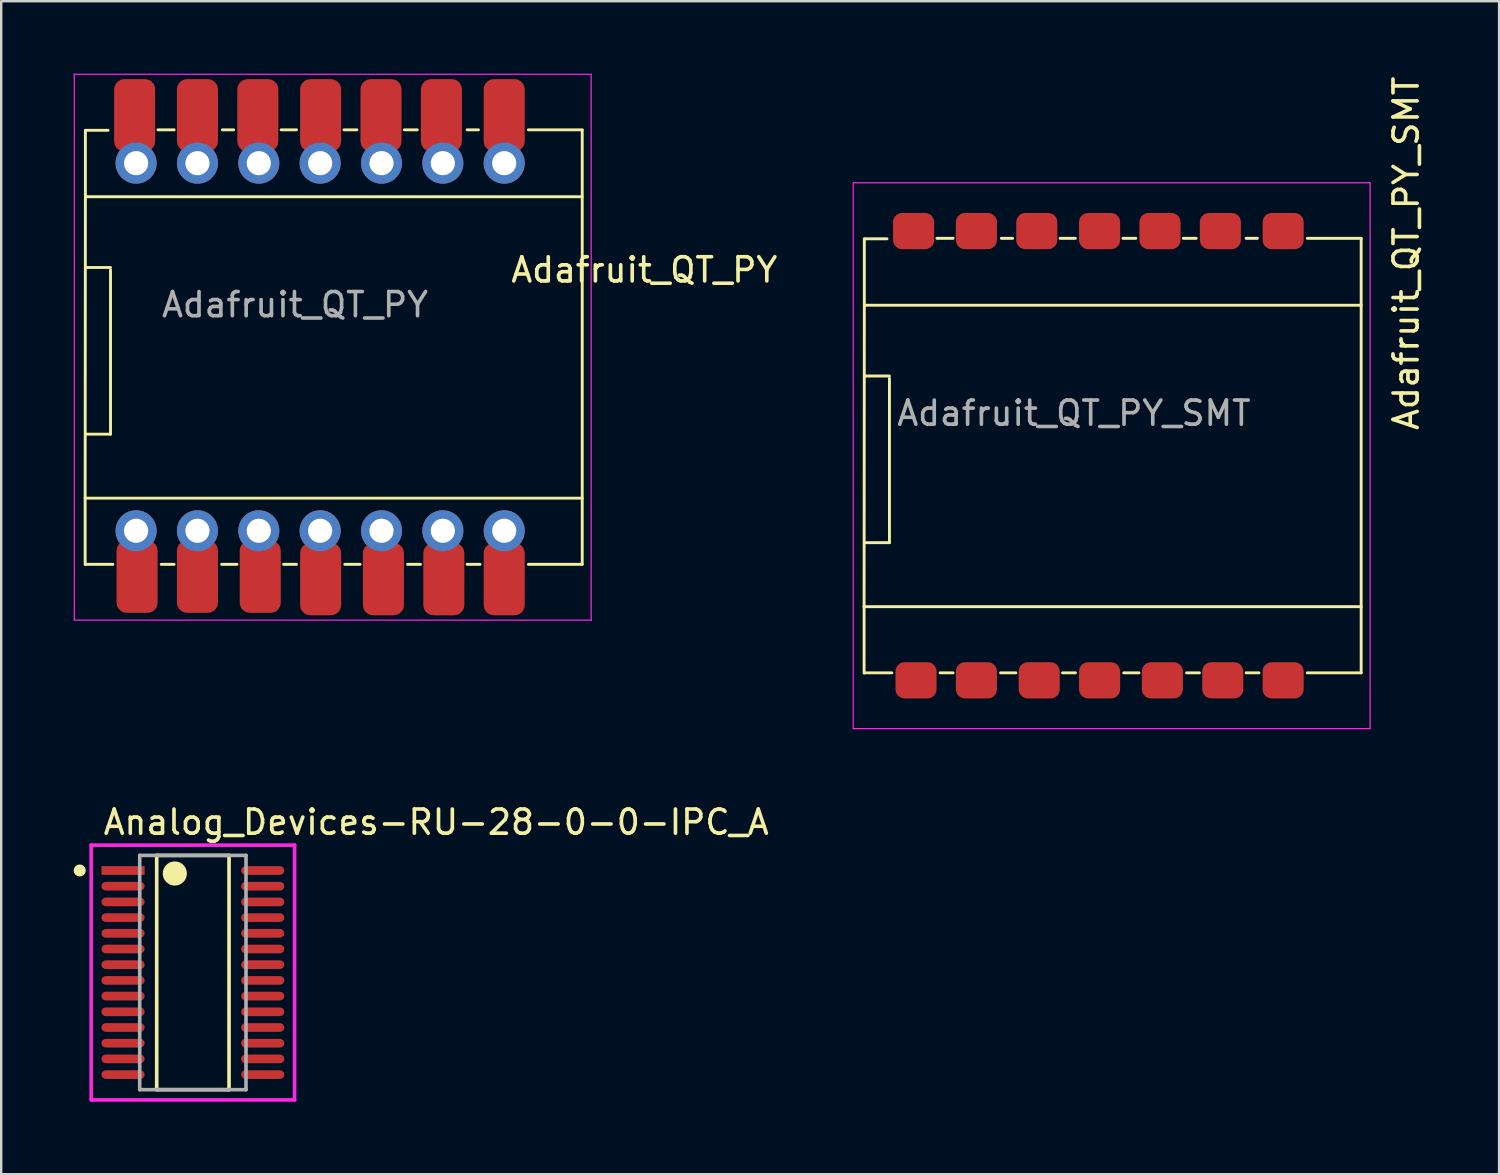
<source format=kicad_pcb>
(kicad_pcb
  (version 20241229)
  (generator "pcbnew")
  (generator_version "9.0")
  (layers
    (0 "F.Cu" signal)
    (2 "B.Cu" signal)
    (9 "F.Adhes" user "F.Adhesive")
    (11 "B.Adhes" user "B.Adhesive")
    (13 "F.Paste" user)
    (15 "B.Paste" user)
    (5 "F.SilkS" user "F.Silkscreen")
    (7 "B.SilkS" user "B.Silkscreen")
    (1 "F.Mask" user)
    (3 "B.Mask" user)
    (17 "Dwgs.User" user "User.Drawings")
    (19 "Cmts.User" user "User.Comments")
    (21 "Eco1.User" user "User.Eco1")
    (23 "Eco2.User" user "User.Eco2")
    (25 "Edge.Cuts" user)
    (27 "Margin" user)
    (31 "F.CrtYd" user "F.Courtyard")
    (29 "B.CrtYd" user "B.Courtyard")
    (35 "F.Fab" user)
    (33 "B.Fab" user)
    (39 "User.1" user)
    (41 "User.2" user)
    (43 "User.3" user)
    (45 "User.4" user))
  (footprint "Adafruit_QT_PY_SMT"
    (layer "F.Cu")
    (at 45.375 13.417)
    (property "Reference" "Adafruit_QT_PY_SMT" (at 9.792 -5.982 90) (layer "F.SilkS") (effects (font (size 1 1) (thickness 0.15))))
    (attr through_hole)
    (fp_line (start -12.65 8.64) (end -12.65 11.4) (stroke (width 0.12) (type solid)) (layer "F.SilkS"))
    (fp_line (start -12.64 -6.57) (end -12.64 -3.87) (stroke (width 0.12) (type solid)) (layer "F.SilkS"))
    (fp_line (start -12.64 -3.83) (end 7.93 -3.83) (stroke (width 0.12) (type solid)) (layer "F.SilkS"))
    (fp_line (start -12.64 -3.82) (end -12.65 8.62) (stroke (width 0.12) (type solid)) (layer "F.SilkS"))
    (fp_line (start -12.6 -0.9) (end -11.6 -0.9) (stroke (width 0.12) (type solid)) (layer "F.SilkS"))
    (fp_line (start -12.6 6) (end -11.6 6) (stroke (width 0.12) (type solid)) (layer "F.SilkS"))
    (fp_line (start -11.7 -6.58) (end -12.64 -6.58) (stroke (width 0.12) (type solid)) (layer "F.SilkS"))
    (fp_line (start -11.6 6) (end -11.6 -0.8) (stroke (width 0.12) (type solid)) (layer "F.SilkS"))
    (fp_line (start -11.5 11.39) (end -12.6 11.39) (stroke (width 0.12) (type solid)) (layer "F.SilkS"))
    (fp_line (start -8.966 11.39) (end -9.5 11.39) (stroke (width 0.12) (type solid)) (layer "F.SilkS"))
    (fp_line (start -8.965 -6.6) (end -9.635 -6.6) (stroke (width 0.12) (type solid)) (layer "F.SilkS"))
    (fp_line (start -6.5 -6.6) (end -6.968 -6.6) (stroke (width 0.12) (type solid)) (layer "F.SilkS"))
    (fp_line (start -6.366 11.39) (end -7 11.39) (stroke (width 0.12) (type solid)) (layer "F.SilkS"))
    (fp_line (start -3.9 -6.6) (end -4.535 -6.6) (stroke (width 0.12) (type solid)) (layer "F.SilkS"))
    (fp_line (start -3.9 11.39) (end -4.434 11.39) (stroke (width 0.12) (type solid)) (layer "F.SilkS"))
    (fp_line (start -1.4 -6.6) (end -1.934 -6.6) (stroke (width 0.12) (type solid)) (layer "F.SilkS"))
    (fp_line (start -1.266 11.39) (end -1.9 11.39) (stroke (width 0.12) (type solid)) (layer "F.SilkS"))
    (fp_line (start 1.1 -6.6) (end 0.566 -6.6) (stroke (width 0.12) (type solid)) (layer "F.SilkS"))
    (fp_line (start 1.234 11.39) (end 0.7 11.39) (stroke (width 0.12) (type solid)) (layer "F.SilkS"))
    (fp_line (start 3.634 -6.6) (end 3.166 -6.6) (stroke (width 0.12) (type solid)) (layer "F.SilkS"))
    (fp_line (start 3.7 11.39) (end 3.166 11.39) (stroke (width 0.12) (type solid)) (layer "F.SilkS"))
    (fp_line (start 5.7 11.39) (end 7.93 11.39) (stroke (width 0.12) (type solid)) (layer "F.SilkS"))
    (fp_line (start 7.93 8.65) (end -12.65 8.65) (stroke (width 0.12) (type solid)) (layer "F.SilkS"))
    (fp_line (start 7.93 11.39) (end 7.93 -6.58) (stroke (width 0.12) (type solid)) (layer "F.SilkS"))
    (fp_line (start 7.934 -6.6) (end 5.7 -6.6) (stroke (width 0.12) (type solid)) (layer "F.SilkS"))
    (fp_line (start -13.1 -8.9) (end -13.1 13.7) (stroke (width 0.05) (type solid)) (layer "F.CrtYd"))
    (fp_line (start -13.1 13.7) (end 8.3 13.7) (stroke (width 0.05) (type solid)) (layer "F.CrtYd"))
    (fp_line (start 8.3 -8.9) (end -13.1 -8.9) (stroke (width 0.05) (type solid)) (layer "F.CrtYd"))
    (fp_line (start 8.3 13.7) (end 8.3 -8.9) (stroke (width 0.05) (type solid)) (layer "F.CrtYd"))
    (fp_text user "${REFERENCE}" (at -3.96 0.64 180) (layer "F.Fab") (effects (font (size 1 1) (thickness 0.15))))
    (pad "1" smd roundrect (at -10.6 -6.9 180) (size 1.7 1.5) (layers "F.Cu" "F.Mask" "F.Paste") (roundrect_rratio 0.25))
    (pad "2" smd roundrect (at -8 -6.9 180) (size 1.7 1.5) (layers "F.Cu" "F.Mask" "F.Paste") (roundrect_rratio 0.25))
    (pad "3" smd roundrect (at -5.5 -6.9 180) (size 1.7 1.5) (layers "F.Cu" "F.Mask" "F.Paste") (roundrect_rratio 0.25))
    (pad "4" smd roundrect (at -2.9 -6.9 180) (size 1.7 1.5) (layers "F.Cu" "F.Mask" "F.Paste") (roundrect_rratio 0.25))
    (pad "5" smd roundrect (at -0.4 -6.9 180) (size 1.7 1.5) (layers "F.Cu" "F.Mask" "F.Paste") (roundrect_rratio 0.25))
    (pad "6" smd roundrect (at 2.1 -6.9 180) (size 1.7 1.5) (layers "F.Cu" "F.Mask" "F.Paste") (roundrect_rratio 0.25))
    (pad "7" smd roundrect (at 4.7 -6.9 180) (size 1.7 1.5) (layers "F.Cu" "F.Mask" "F.Paste") (roundrect_rratio 0.25))
    (pad "8" smd roundrect (at 4.7 11.7 180) (size 1.7 1.5) (layers "F.Cu" "F.Mask" "F.Paste") (roundrect_rratio 0.25))
    (pad "9" smd roundrect (at 2.2 11.7 180) (size 1.7 1.5) (layers "F.Cu" "F.Mask" "F.Paste") (roundrect_rratio 0.25))
    (pad "10" smd roundrect (at -0.3 11.7 180) (size 1.7 1.5) (layers "F.Cu" "F.Mask" "F.Paste") (roundrect_rratio 0.25))
    (pad "11" smd roundrect (at -2.9 11.7 180) (size 1.7 1.5) (layers "F.Cu" "F.Mask" "F.Paste") (roundrect_rratio 0.25))
    (pad "12" smd roundrect (at -5.4 11.7 180) (size 1.7 1.5) (layers "F.Cu" "F.Mask" "F.Paste") (roundrect_rratio 0.25))
    (pad "13" smd roundrect (at -8 11.7 180) (size 1.7 1.5) (layers "F.Cu" "F.Mask" "F.Paste") (roundrect_rratio 0.25))
    (pad "14" smd roundrect (at -10.5 11.7 180) (size 1.7 1.5) (layers "F.Cu" "F.Mask" "F.Paste") (roundrect_rratio 0.25)))
  (footprint "Analog_Devices-RU-28-0-0-IPC_A"
    (layer "F.Cu")
    (at 4.935 37.215)
    (property "Reference" "Analog_Devices-RU-28-0-0-IPC_A" (at -3.785 -6.225 0) (layer "F.SilkS") (effects (font (size 1 1) (thickness 0.15)) (justify left)))
    (attr through_hole)
    (fp_line (start -1.497 -4.85) (end 1.497 -4.85) (stroke (width 0.15) (type solid)) (layer "F.SilkS"))
    (fp_line (start -1.497 4.85) (end -1.497 -4.85) (stroke (width 0.15) (type solid)) (layer "F.SilkS"))
    (fp_line (start 1.497 -4.85) (end 1.497 4.85) (stroke (width 0.15) (type solid)) (layer "F.SilkS"))
    (fp_line (start 1.497 4.85) (end -1.497 4.85) (stroke (width 0.15) (type solid)) (layer "F.SilkS"))
    (fp_circle (center -4.685 -4.225) (end -4.56 -4.225) (stroke (width 0.25) (type solid)) (fill no) (layer "F.SilkS"))
    (fp_circle (center -0.747 -4.1) (end -0.497 -4.1) (stroke (width 0.5) (type solid)) (fill no) (layer "F.SilkS"))
    (fp_line (start -4.21 -5.275) (end -4.21 5.275) (stroke (width 0.15) (type solid)) (layer "F.CrtYd"))
    (fp_line (start -4.21 5.275) (end 4.21 5.275) (stroke (width 0.15) (type solid)) (layer "F.CrtYd"))
    (fp_line (start 4.21 -5.275) (end -4.21 -5.275) (stroke (width 0.15) (type solid)) (layer "F.CrtYd"))
    (fp_line (start 4.21 -5.275) (end 4.21 -5.275) (stroke (width 0.15) (type solid)) (layer "F.CrtYd"))
    (fp_line (start 4.21 5.275) (end 4.21 -5.275) (stroke (width 0.15) (type solid)) (layer "F.CrtYd"))
    (fp_line (start -2.2 -4.85) (end 2.2 -4.85) (stroke (width 0.15) (type solid)) (layer "F.Fab"))
    (fp_line (start -2.2 4.85) (end -2.2 -4.85) (stroke (width 0.15) (type solid)) (layer "F.Fab"))
    (fp_line (start 2.2 -4.85) (end 2.2 4.85) (stroke (width 0.15) (type solid)) (layer "F.Fab"))
    (fp_line (start 2.2 4.85) (end -2.2 4.85) (stroke (width 0.15) (type solid)) (layer "F.Fab"))
    (pad "1" smd rect (at -2.891 -4.225) (size 1.788 0.36) (layers "F.Cu" "F.Mask" "F.Paste"))
    (pad "2" smd roundrect (at -2.891 -3.575) (size 1.788 0.36) (layers "F.Cu" "F.Mask" "F.Paste") (roundrect_rratio 0.5))
    (pad "3" smd roundrect (at -2.891 -2.925) (size 1.788 0.36) (layers "F.Cu" "F.Mask" "F.Paste") (roundrect_rratio 0.5))
    (pad "4" smd roundrect (at -2.891 -2.275) (size 1.788 0.36) (layers "F.Cu" "F.Mask" "F.Paste") (roundrect_rratio 0.5))
    (pad "5" smd roundrect (at -2.891 -1.625) (size 1.788 0.36) (layers "F.Cu" "F.Mask" "F.Paste") (roundrect_rratio 0.5))
    (pad "6" smd roundrect (at -2.891 -0.975) (size 1.788 0.36) (layers "F.Cu" "F.Mask" "F.Paste") (roundrect_rratio 0.5))
    (pad "7" smd roundrect (at -2.891 -0.325) (size 1.788 0.36) (layers "F.Cu" "F.Mask" "F.Paste") (roundrect_rratio 0.5))
    (pad "8" smd roundrect (at -2.891 0.325) (size 1.788 0.36) (layers "F.Cu" "F.Mask" "F.Paste") (roundrect_rratio 0.5))
    (pad "9" smd roundrect (at -2.891 0.975) (size 1.788 0.36) (layers "F.Cu" "F.Mask" "F.Paste") (roundrect_rratio 0.5))
    (pad "10" smd roundrect (at -2.891 1.625) (size 1.788 0.36) (layers "F.Cu" "F.Mask" "F.Paste") (roundrect_rratio 0.5))
    (pad "11" smd roundrect (at -2.891 2.275) (size 1.788 0.36) (layers "F.Cu" "F.Mask" "F.Paste") (roundrect_rratio 0.5))
    (pad "12" smd roundrect (at -2.891 2.925) (size 1.788 0.36) (layers "F.Cu" "F.Mask" "F.Paste") (roundrect_rratio 0.5))
    (pad "13" smd roundrect (at -2.891 3.575) (size 1.788 0.36) (layers "F.Cu" "F.Mask" "F.Paste") (roundrect_rratio 0.5))
    (pad "14" smd roundrect (at -2.891 4.225) (size 1.788 0.36) (layers "F.Cu" "F.Mask" "F.Paste") (roundrect_rratio 0.5))
    (pad "15" smd roundrect (at 2.891 4.225) (size 1.788 0.36) (layers "F.Cu" "F.Mask" "F.Paste") (roundrect_rratio 0.5))
    (pad "16" smd roundrect (at 2.891 3.575) (size 1.788 0.36) (layers "F.Cu" "F.Mask" "F.Paste") (roundrect_rratio 0.5))
    (pad "17" smd roundrect (at 2.891 2.925) (size 1.788 0.36) (layers "F.Cu" "F.Mask" "F.Paste") (roundrect_rratio 0.5))
    (pad "18" smd roundrect (at 2.891 2.275) (size 1.788 0.36) (layers "F.Cu" "F.Mask" "F.Paste") (roundrect_rratio 0.5))
    (pad "19" smd roundrect (at 2.891 1.625) (size 1.788 0.36) (layers "F.Cu" "F.Mask" "F.Paste") (roundrect_rratio 0.5))
    (pad "20" smd roundrect (at 2.891 0.975) (size 1.788 0.36) (layers "F.Cu" "F.Mask" "F.Paste") (roundrect_rratio 0.5))
    (pad "21" smd roundrect (at 2.891 0.325) (size 1.788 0.36) (layers "F.Cu" "F.Mask" "F.Paste") (roundrect_rratio 0.5))
    (pad "22" smd roundrect (at 2.891 -0.325) (size 1.788 0.36) (layers "F.Cu" "F.Mask" "F.Paste") (roundrect_rratio 0.5))
    (pad "23" smd roundrect (at 2.891 -0.975) (size 1.788 0.36) (layers "F.Cu" "F.Mask" "F.Paste") (roundrect_rratio 0.5))
    (pad "24" smd roundrect (at 2.891 -1.625) (size 1.788 0.36) (layers "F.Cu" "F.Mask" "F.Paste") (roundrect_rratio 0.5))
    (pad "25" smd roundrect (at 2.891 -2.275) (size 1.788 0.36) (layers "F.Cu" "F.Mask" "F.Paste") (roundrect_rratio 0.5))
    (pad "26" smd roundrect (at 2.891 -2.925) (size 1.788 0.36) (layers "F.Cu" "F.Mask" "F.Paste") (roundrect_rratio 0.5))
    (pad "27" smd roundrect (at 2.891 -3.575) (size 1.788 0.36) (layers "F.Cu" "F.Mask" "F.Paste") (roundrect_rratio 0.5))
    (pad "28" smd roundrect (at 2.891 -4.225) (size 1.788 0.36) (layers "F.Cu" "F.Mask" "F.Paste") (roundrect_rratio 0.5)))
  (footprint "Adafruit_QT_PY"
    (layer "F.Cu")
    (at 13.125 8.925)
    (property "Reference" "Adafruit_QT_PY" (at 10.5 -0.8 0) (layer "F.SilkS") (effects (font (size 1 1) (thickness 0.15))))
    (attr through_hole)
    (fp_line (start -12.65 8.64) (end -12.65 11.4) (stroke (width 0.12) (type solid)) (layer "F.SilkS"))
    (fp_line (start -12.64 -6.57) (end -12.64 -3.87) (stroke (width 0.12) (type solid)) (layer "F.SilkS"))
    (fp_line (start -12.64 -3.83) (end 7.93 -3.83) (stroke (width 0.12) (type solid)) (layer "F.SilkS"))
    (fp_line (start -12.64 -3.82) (end -12.65 8.62) (stroke (width 0.12) (type solid)) (layer "F.SilkS"))
    (fp_line (start -12.6 -0.9) (end -11.6 -0.9) (stroke (width 0.12) (type solid)) (layer "F.SilkS"))
    (fp_line (start -12.6 6) (end -11.6 6) (stroke (width 0.12) (type solid)) (layer "F.SilkS"))
    (fp_line (start -11.7 -6.58) (end -12.64 -6.58) (stroke (width 0.12) (type solid)) (layer "F.SilkS"))
    (fp_line (start -11.6 6) (end -11.6 -0.8) (stroke (width 0.12) (type solid)) (layer "F.SilkS"))
    (fp_line (start -11.5 11.39) (end -12.6 11.39) (stroke (width 0.12) (type solid)) (layer "F.SilkS"))
    (fp_line (start -8.966 11.39) (end -9.5 11.39) (stroke (width 0.12) (type solid)) (layer "F.SilkS"))
    (fp_line (start -8.965 -6.6) (end -9.635 -6.6) (stroke (width 0.12) (type solid)) (layer "F.SilkS"))
    (fp_line (start -6.5 -6.6) (end -6.968 -6.6) (stroke (width 0.12) (type solid)) (layer "F.SilkS"))
    (fp_line (start -6.366 11.39) (end -7 11.39) (stroke (width 0.12) (type solid)) (layer "F.SilkS"))
    (fp_line (start -3.9 -6.6) (end -4.535 -6.6) (stroke (width 0.12) (type solid)) (layer "F.SilkS"))
    (fp_line (start -3.9 11.39) (end -4.434 11.39) (stroke (width 0.12) (type solid)) (layer "F.SilkS"))
    (fp_line (start -1.4 -6.6) (end -1.934 -6.6) (stroke (width 0.12) (type solid)) (layer "F.SilkS"))
    (fp_line (start -1.266 11.39) (end -1.9 11.39) (stroke (width 0.12) (type solid)) (layer "F.SilkS"))
    (fp_line (start 1.1 -6.6) (end 0.566 -6.6) (stroke (width 0.12) (type solid)) (layer "F.SilkS"))
    (fp_line (start 1.234 11.39) (end 0.7 11.39) (stroke (width 0.12) (type solid)) (layer "F.SilkS"))
    (fp_line (start 3.634 -6.6) (end 3.166 -6.6) (stroke (width 0.12) (type solid)) (layer "F.SilkS"))
    (fp_line (start 3.7 11.39) (end 3.166 11.39) (stroke (width 0.12) (type solid)) (layer "F.SilkS"))
    (fp_line (start 5.7 11.39) (end 7.93 11.39) (stroke (width 0.12) (type solid)) (layer "F.SilkS"))
    (fp_line (start 7.93 8.65) (end -12.65 8.65) (stroke (width 0.12) (type solid)) (layer "F.SilkS"))
    (fp_line (start 7.93 11.39) (end 7.93 -6.58) (stroke (width 0.12) (type solid)) (layer "F.SilkS"))
    (fp_line (start 7.934 -6.6) (end 5.7 -6.6) (stroke (width 0.12) (type solid)) (layer "F.SilkS"))
    (fp_line (start -13.1 -8.9) (end -13.1 13.7) (stroke (width 0.05) (type solid)) (layer "F.CrtYd"))
    (fp_line (start -13.1 13.7) (end 8.3 13.7) (stroke (width 0.05) (type solid)) (layer "F.CrtYd"))
    (fp_line (start 8.3 -8.9) (end -13.1 -8.9) (stroke (width 0.05) (type solid)) (layer "F.CrtYd"))
    (fp_line (start 8.3 13.7) (end 8.3 -8.9) (stroke (width 0.05) (type solid)) (layer "F.CrtYd"))
    (fp_text user "${REFERENCE}" (at -3.96 0.64 0) (layer "F.Fab") (effects (font (size 1 1) (thickness 0.15))))
    (pad "1" smd roundrect (at -10.6 -7.2 180) (size 1.7 3) (layers "F.Cu" "F.Mask" "F.Paste") (roundrect_rratio 0.25))
    (pad "1" thru_hole circle (at -10.54 -5.22 180) (size 1.7 1.7) (drill 1) (layers "*.Cu" "*.Mask"))
    (pad "2" smd roundrect (at -8 -7.2 180) (size 1.7 3) (layers "F.Cu" "F.Mask" "F.Paste") (roundrect_rratio 0.25))
    (pad "2" thru_hole circle (at -8 -5.22 180) (size 1.7 1.7) (drill 1) (layers "*.Cu" "*.Mask"))
    (pad "3" smd roundrect (at -5.5 -7.2 180) (size 1.7 3) (layers "F.Cu" "F.Mask" "F.Paste") (roundrect_rratio 0.25))
    (pad "3" thru_hole circle (at -5.46 -5.22 180) (size 1.7 1.7) (drill 1) (layers "*.Cu" "*.Mask"))
    (pad "4" thru_hole circle (at -2.92 -5.22) (size 1.7 1.7) (drill 1) (layers "*.Cu" "*.Mask"))
    (pad "4" smd roundrect (at -2.9 -7.2 180) (size 1.7 3) (layers "F.Cu" "F.Mask" "F.Paste") (roundrect_rratio 0.25))
    (pad "5" smd roundrect (at -0.4 -7.2 180) (size 1.7 3) (layers "F.Cu" "F.Mask" "F.Paste") (roundrect_rratio 0.25))
    (pad "5" thru_hole circle (at -0.38 -5.22 180) (size 1.7 1.7) (drill 1) (layers "*.Cu" "*.Mask"))
    (pad "6" smd roundrect (at 2.1 -7.2 180) (size 1.7 3) (layers "F.Cu" "F.Mask" "F.Paste") (roundrect_rratio 0.25))
    (pad "6" thru_hole circle (at 2.16 -5.22 180) (size 1.7 1.7) (drill 1) (layers "*.Cu" "*.Mask"))
    (pad "7" smd roundrect (at 4.7 -7.2 180) (size 1.7 3) (layers "F.Cu" "F.Mask" "F.Paste") (roundrect_rratio 0.25))
    (pad "7" thru_hole circle (at 4.7 -5.22 180) (size 1.7 1.7) (drill 1) (layers "*.Cu" "*.Mask"))
    (pad "8" thru_hole circle (at 4.7 10 180) (size 1.7 1.7) (drill 1) (layers "*.Cu" "*.Mask"))
    (pad "8" smd roundrect (at 4.7 12 180) (size 1.7 3) (layers "F.Cu" "F.Mask" "F.Paste") (roundrect_rratio 0.25))
    (pad "9" thru_hole circle (at 2.16 10 180) (size 1.7 1.7) (drill 1) (layers "*.Cu" "*.Mask"))
    (pad "9" smd roundrect (at 2.2 12 180) (size 1.7 3) (layers "F.Cu" "F.Mask" "F.Paste") (roundrect_rratio 0.25))
    (pad "10" thru_hole circle (at -0.38 10 180) (size 1.7 1.7) (drill 1) (layers "*.Cu" "*.Mask"))
    (pad "10" smd roundrect (at -0.3 12 180) (size 1.7 3) (layers "F.Cu" "F.Mask" "F.Paste") (roundrect_rratio 0.25))
    (pad "11" thru_hole oval (at -2.92 10 180) (size 1.7 1.7) (drill 1) (layers "*.Cu" "*.Mask"))
    (pad "11" smd roundrect (at -2.9 12 180) (size 1.7 3) (layers "F.Cu" "F.Mask" "F.Paste") (roundrect_rratio 0.25))
    (pad "12" thru_hole circle (at -5.46 10 180) (size 1.7 1.7) (drill 1) (layers "*.Cu" "*.Mask"))
    (pad "12" smd roundrect (at -5.4 11.9 180) (size 1.7 3) (layers "F.Cu" "F.Mask" "F.Paste") (roundrect_rratio 0.25))
    (pad "13" thru_hole circle (at -8 10 180) (size 1.7 1.7) (drill 1) (layers "*.Cu" "*.Mask"))
    (pad "13" smd roundrect (at -8 11.9 180) (size 1.7 3) (layers "F.Cu" "F.Mask" "F.Paste") (roundrect_rratio 0.25))
    (pad "14" thru_hole circle (at -10.54 10 180) (size 1.7 1.7) (drill 1) (layers "*.Cu" "*.Mask"))
    (pad "14" smd roundrect (at -10.5 11.9 180) (size 1.7 3) (layers "F.Cu" "F.Mask" "F.Paste") (roundrect_rratio 0.25)))
  (gr_rect
    (start -3 -3)
    (end 59.015 45.565)
    (stroke (width 0.1) (type default))
    (fill no)
    (layer "Edge.Cuts")))
</source>
